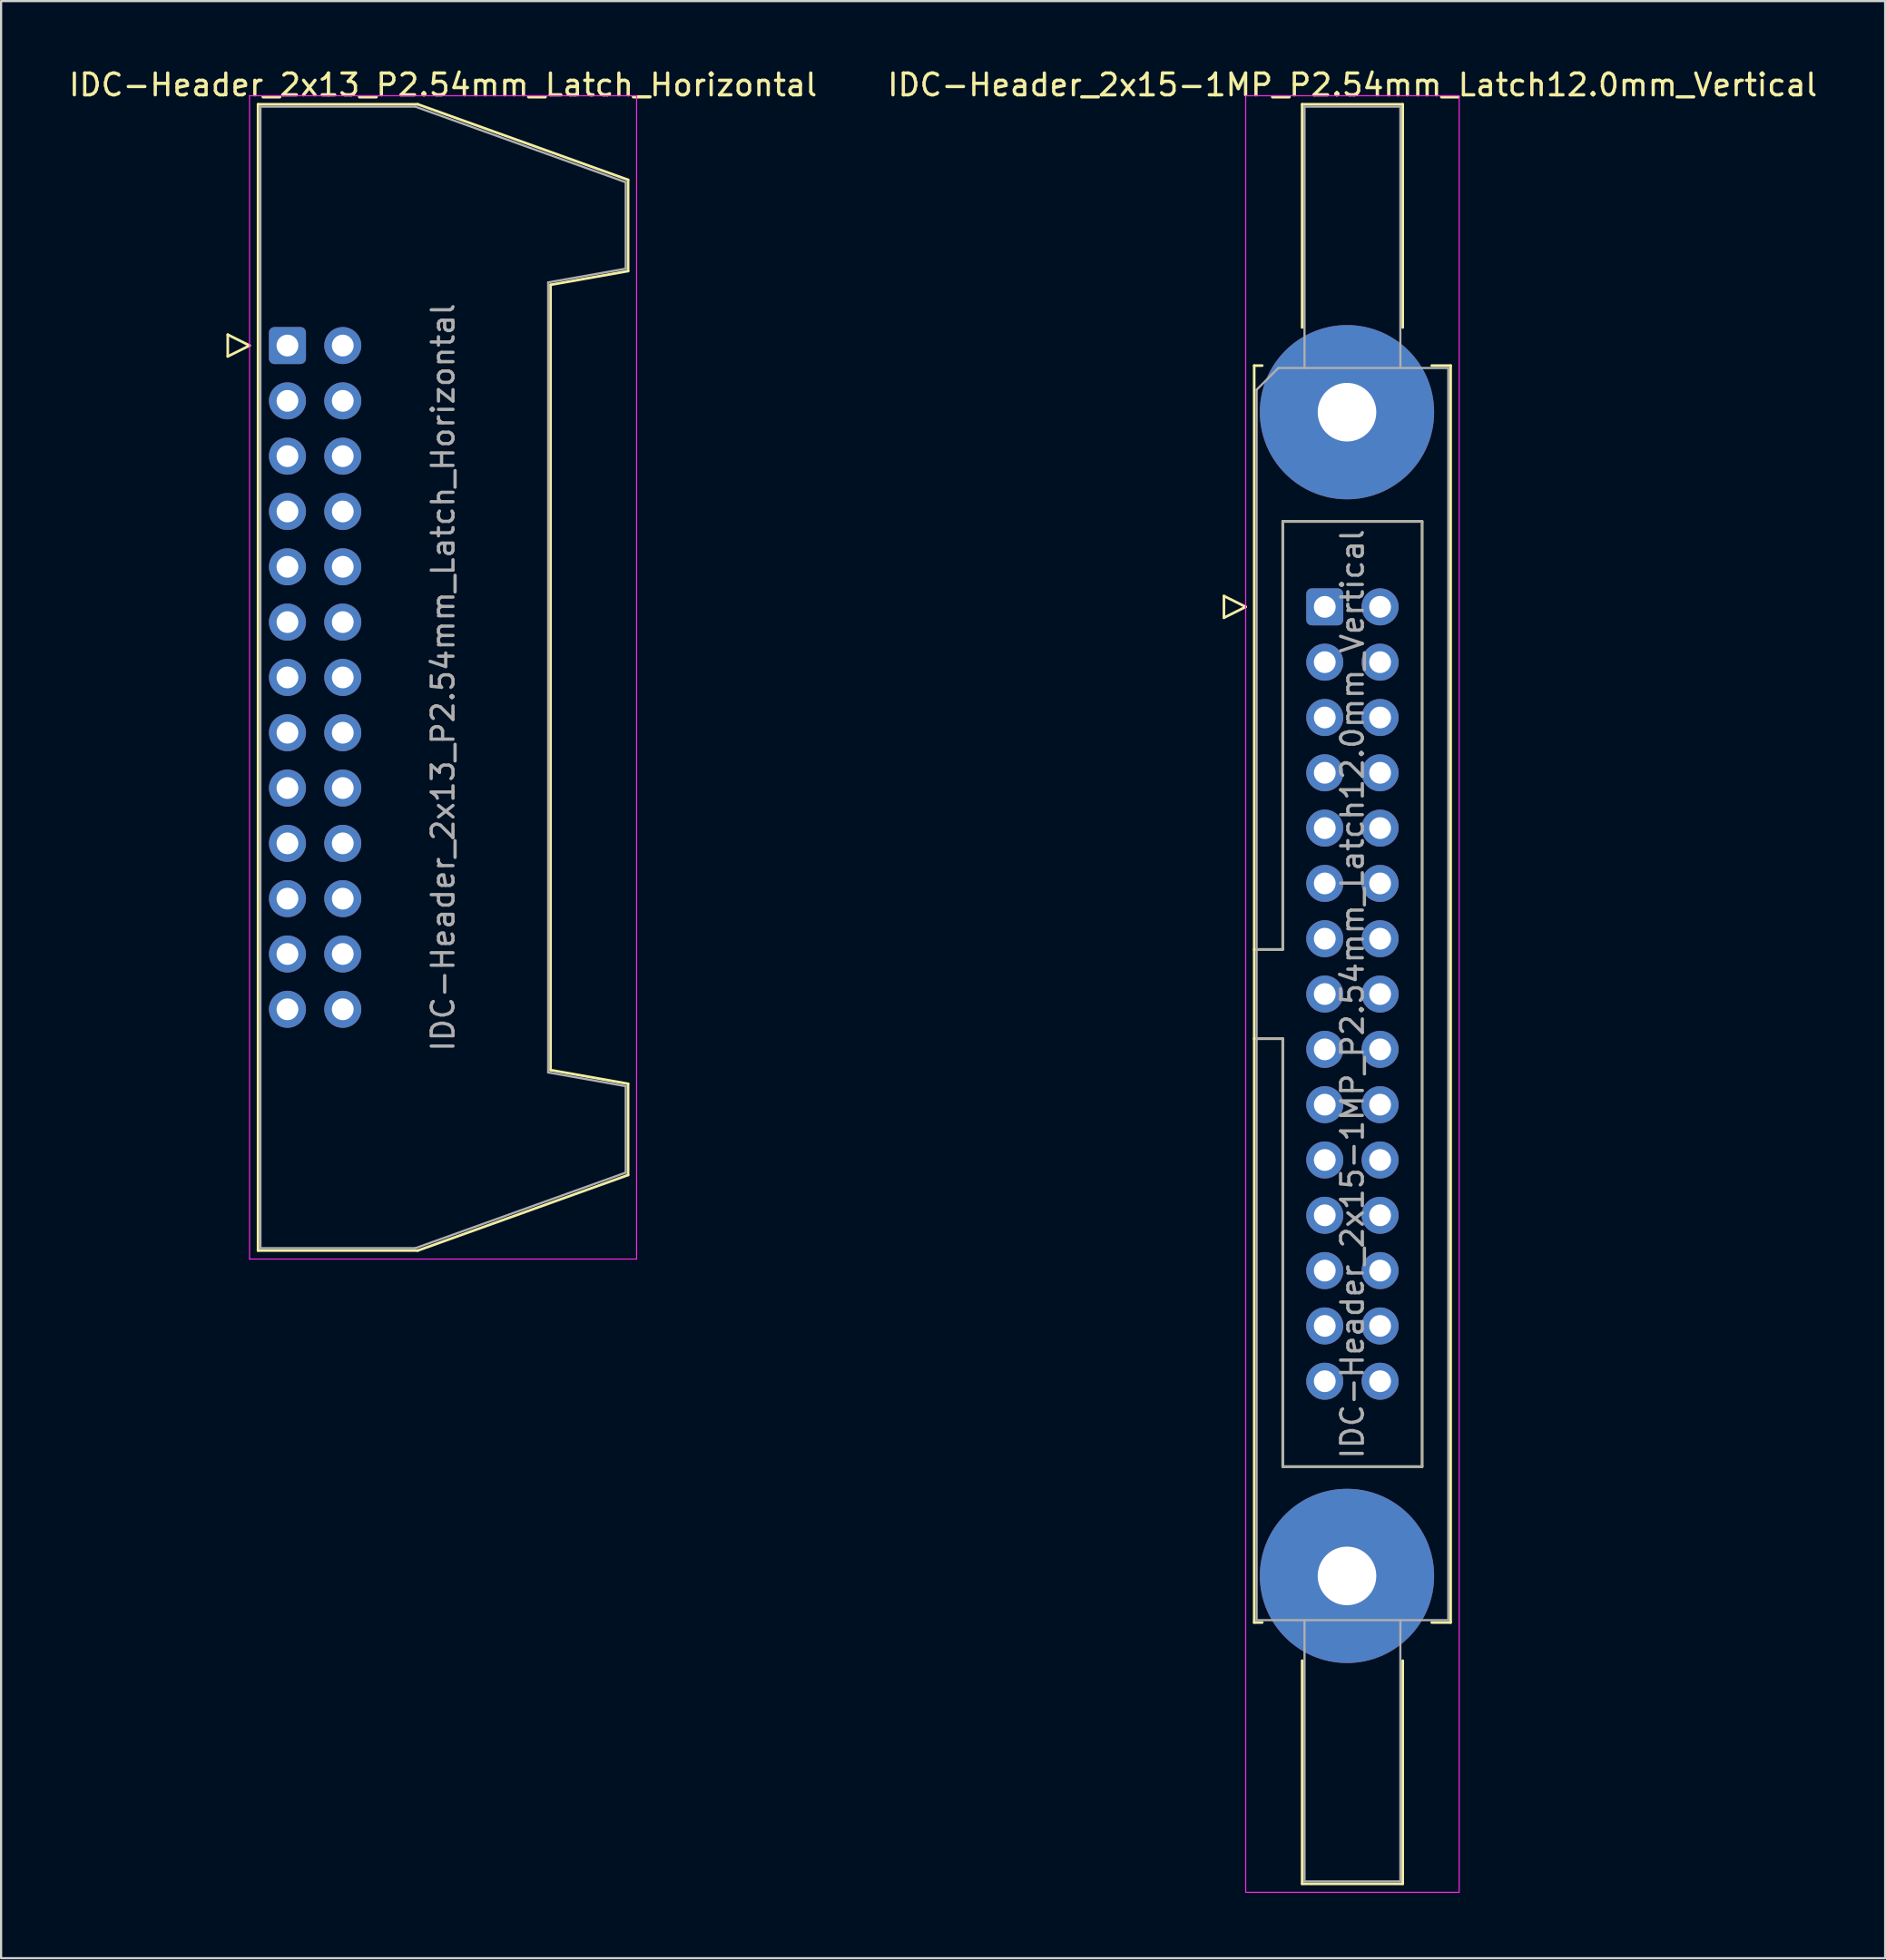
<source format=kicad_pcb>
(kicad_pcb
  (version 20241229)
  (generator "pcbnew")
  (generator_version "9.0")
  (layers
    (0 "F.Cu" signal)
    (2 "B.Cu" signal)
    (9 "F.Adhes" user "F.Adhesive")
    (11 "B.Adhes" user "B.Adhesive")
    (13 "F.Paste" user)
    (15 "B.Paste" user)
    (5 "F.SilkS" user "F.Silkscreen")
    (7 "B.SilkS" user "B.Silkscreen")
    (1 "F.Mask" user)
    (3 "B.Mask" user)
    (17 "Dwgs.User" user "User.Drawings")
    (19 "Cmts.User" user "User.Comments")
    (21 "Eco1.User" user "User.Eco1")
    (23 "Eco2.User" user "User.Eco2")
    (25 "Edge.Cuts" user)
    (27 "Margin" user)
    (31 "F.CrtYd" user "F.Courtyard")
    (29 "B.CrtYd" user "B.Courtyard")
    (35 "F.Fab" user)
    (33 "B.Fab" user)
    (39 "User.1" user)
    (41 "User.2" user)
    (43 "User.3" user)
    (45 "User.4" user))
  (footprint "IDC-Header_2x15-1MP_P2.54mm_Latch12.0mm_Vertical"
    (layer "F.Cu")
    (at 57.772 24.818)
    (property "Reference" "IDC-Header_2x15-1MP_P2.54mm_Latch12.0mm_Vertical" (at 1.27 -23.97 0) (layer "F.SilkS") (effects (font (size 1 1) (thickness 0.15))))
    (attr through_hole)
    (fp_line (start -4.63 -0.5) (end -4.63 0.5) (stroke (width 0.12) (type solid)) (layer "F.SilkS"))
    (fp_line (start -4.63 0.5) (end -3.63 0) (stroke (width 0.12) (type solid)) (layer "F.SilkS"))
    (fp_line (start -3.63 0) (end -4.63 -0.5) (stroke (width 0.12) (type solid)) (layer "F.SilkS"))
    (fp_line (start -3.24 -11.08) (end -3.24 46.64) (stroke (width 0.12) (type solid)) (layer "F.SilkS"))
    (fp_line (start -3.24 15.73) (end -1.93 15.73) (stroke (width 0.12) (type solid)) (layer "F.SilkS"))
    (fp_line (start -3.24 46.64) (end -2.87 46.64) (stroke (width 0.12) (type solid)) (layer "F.SilkS"))
    (fp_line (start -2.87 -11.08) (end -3.24 -11.08) (stroke (width 0.12) (type solid)) (layer "F.SilkS"))
    (fp_line (start -1.93 -3.92) (end 4.47 -3.92) (stroke (width 0.12) (type solid)) (layer "F.SilkS"))
    (fp_line (start -1.93 15.73) (end -1.93 -3.92) (stroke (width 0.12) (type solid)) (layer "F.SilkS"))
    (fp_line (start -1.93 19.83) (end -3.24 19.83) (stroke (width 0.12) (type solid)) (layer "F.SilkS"))
    (fp_line (start -1.93 19.83) (end -1.93 19.83) (stroke (width 0.12) (type solid)) (layer "F.SilkS"))
    (fp_line (start -1.93 39.48) (end -1.93 19.83) (stroke (width 0.12) (type solid)) (layer "F.SilkS"))
    (fp_line (start -1.04 -23.08) (end 3.58 -23.08) (stroke (width 0.12) (type solid)) (layer "F.SilkS"))
    (fp_line (start -1.04 -12.83) (end -1.04 -23.08) (stroke (width 0.12) (type solid)) (layer "F.SilkS"))
    (fp_line (start -1.04 48.39) (end -1.04 58.64) (stroke (width 0.12) (type solid)) (layer "F.SilkS"))
    (fp_line (start -1.04 58.64) (end 3.58 58.64) (stroke (width 0.12) (type solid)) (layer "F.SilkS"))
    (fp_line (start 3.58 -23.08) (end 3.58 -12.83) (stroke (width 0.12) (type solid)) (layer "F.SilkS"))
    (fp_line (start 3.58 58.64) (end 3.58 48.39) (stroke (width 0.12) (type solid)) (layer "F.SilkS"))
    (fp_line (start 4.47 -3.92) (end 4.47 39.48) (stroke (width 0.12) (type solid)) (layer "F.SilkS"))
    (fp_line (start 4.47 39.48) (end -1.93 39.48) (stroke (width 0.12) (type solid)) (layer "F.SilkS"))
    (fp_line (start 4.91 -11.08) (end 5.78 -11.08) (stroke (width 0.12) (type solid)) (layer "F.SilkS"))
    (fp_line (start 5.78 -11.08) (end 5.78 46.64) (stroke (width 0.12) (type solid)) (layer "F.SilkS"))
    (fp_line (start 5.78 46.64) (end 4.91 46.64) (stroke (width 0.12) (type solid)) (layer "F.SilkS"))
    (fp_line (start -3.63 -23.47) (end -3.63 59.03) (stroke (width 0.05) (type solid)) (layer "F.CrtYd"))
    (fp_line (start -3.63 59.03) (end 6.17 59.03) (stroke (width 0.05) (type solid)) (layer "F.CrtYd"))
    (fp_line (start 6.17 -23.47) (end -3.63 -23.47) (stroke (width 0.05) (type solid)) (layer "F.CrtYd"))
    (fp_line (start 6.17 59.03) (end 6.17 -23.47) (stroke (width 0.05) (type solid)) (layer "F.CrtYd"))
    (fp_line (start -3.13 -9.97) (end -2.13 -10.97) (stroke (width 0.1) (type solid)) (layer "F.Fab"))
    (fp_line (start -3.13 15.73) (end -1.93 15.73) (stroke (width 0.1) (type solid)) (layer "F.Fab"))
    (fp_line (start -3.13 46.53) (end -3.13 -9.97) (stroke (width 0.1) (type solid)) (layer "F.Fab"))
    (fp_line (start -2.13 -10.97) (end 5.67 -10.97) (stroke (width 0.1) (type solid)) (layer "F.Fab"))
    (fp_line (start -1.93 -3.92) (end 4.47 -3.92) (stroke (width 0.1) (type solid)) (layer "F.Fab"))
    (fp_line (start -1.93 15.73) (end -1.93 -3.92) (stroke (width 0.1) (type solid)) (layer "F.Fab"))
    (fp_line (start -1.93 19.83) (end -3.13 19.83) (stroke (width 0.1) (type solid)) (layer "F.Fab"))
    (fp_line (start -1.93 19.83) (end -1.93 19.83) (stroke (width 0.1) (type solid)) (layer "F.Fab"))
    (fp_line (start -1.93 39.48) (end -1.93 19.83) (stroke (width 0.1) (type solid)) (layer "F.Fab"))
    (fp_line (start -0.93 -22.97) (end 3.47 -22.97) (stroke (width 0.1) (type solid)) (layer "F.Fab"))
    (fp_line (start -0.93 -10.97) (end -0.93 -22.97) (stroke (width 0.1) (type solid)) (layer "F.Fab"))
    (fp_line (start -0.93 46.53) (end -0.93 58.53) (stroke (width 0.1) (type solid)) (layer "F.Fab"))
    (fp_line (start -0.93 58.53) (end 3.47 58.53) (stroke (width 0.1) (type solid)) (layer "F.Fab"))
    (fp_line (start 3.47 -22.97) (end 3.47 -10.97) (stroke (width 0.1) (type solid)) (layer "F.Fab"))
    (fp_line (start 3.47 58.53) (end 3.47 46.53) (stroke (width 0.1) (type solid)) (layer "F.Fab"))
    (fp_line (start 4.47 -3.92) (end 4.47 39.48) (stroke (width 0.1) (type solid)) (layer "F.Fab"))
    (fp_line (start 4.47 39.48) (end -1.93 39.48) (stroke (width 0.1) (type solid)) (layer "F.Fab"))
    (fp_line (start 5.67 -10.97) (end 5.67 46.53) (stroke (width 0.1) (type solid)) (layer "F.Fab"))
    (fp_line (start 5.67 46.53) (end -3.13 46.53) (stroke (width 0.1) (type solid)) (layer "F.Fab"))
    (fp_text user "${REFERENCE}" (at 1.27 17.78 90) (layer "F.Fab") (effects (font (size 1 1) (thickness 0.15))))
    (pad "1" thru_hole roundrect (at 0 0) (size 1.7 1.7) (drill 1) (layers "*.Cu" "*.Mask") (roundrect_rratio 0.147))
    (pad "2" thru_hole circle (at 2.54 0) (size 1.7 1.7) (drill 1) (layers "*.Cu" "*.Mask"))
    (pad "3" thru_hole circle (at 0 2.54) (size 1.7 1.7) (drill 1) (layers "*.Cu" "*.Mask"))
    (pad "4" thru_hole circle (at 2.54 2.54) (size 1.7 1.7) (drill 1) (layers "*.Cu" "*.Mask"))
    (pad "5" thru_hole circle (at 0 5.08) (size 1.7 1.7) (drill 1) (layers "*.Cu" "*.Mask"))
    (pad "6" thru_hole circle (at 2.54 5.08) (size 1.7 1.7) (drill 1) (layers "*.Cu" "*.Mask"))
    (pad "7" thru_hole circle (at 0 7.62) (size 1.7 1.7) (drill 1) (layers "*.Cu" "*.Mask"))
    (pad "8" thru_hole circle (at 2.54 7.62) (size 1.7 1.7) (drill 1) (layers "*.Cu" "*.Mask"))
    (pad "9" thru_hole circle (at 0 10.16) (size 1.7 1.7) (drill 1) (layers "*.Cu" "*.Mask"))
    (pad "10" thru_hole circle (at 2.54 10.16) (size 1.7 1.7) (drill 1) (layers "*.Cu" "*.Mask"))
    (pad "11" thru_hole circle (at 0 12.7) (size 1.7 1.7) (drill 1) (layers "*.Cu" "*.Mask"))
    (pad "12" thru_hole circle (at 2.54 12.7) (size 1.7 1.7) (drill 1) (layers "*.Cu" "*.Mask"))
    (pad "13" thru_hole circle (at 0 15.24) (size 1.7 1.7) (drill 1) (layers "*.Cu" "*.Mask"))
    (pad "14" thru_hole circle (at 2.54 15.24) (size 1.7 1.7) (drill 1) (layers "*.Cu" "*.Mask"))
    (pad "15" thru_hole circle (at 0 17.78) (size 1.7 1.7) (drill 1) (layers "*.Cu" "*.Mask"))
    (pad "16" thru_hole circle (at 2.54 17.78) (size 1.7 1.7) (drill 1) (layers "*.Cu" "*.Mask"))
    (pad "17" thru_hole circle (at 0 20.32) (size 1.7 1.7) (drill 1) (layers "*.Cu" "*.Mask"))
    (pad "18" thru_hole circle (at 2.54 20.32) (size 1.7 1.7) (drill 1) (layers "*.Cu" "*.Mask"))
    (pad "19" thru_hole circle (at 0 22.86) (size 1.7 1.7) (drill 1) (layers "*.Cu" "*.Mask"))
    (pad "20" thru_hole circle (at 2.54 22.86) (size 1.7 1.7) (drill 1) (layers "*.Cu" "*.Mask"))
    (pad "21" thru_hole circle (at 0 25.4) (size 1.7 1.7) (drill 1) (layers "*.Cu" "*.Mask"))
    (pad "22" thru_hole circle (at 2.54 25.4) (size 1.7 1.7) (drill 1) (layers "*.Cu" "*.Mask"))
    (pad "23" thru_hole circle (at 0 27.94) (size 1.7 1.7) (drill 1) (layers "*.Cu" "*.Mask"))
    (pad "24" thru_hole circle (at 2.54 27.94) (size 1.7 1.7) (drill 1) (layers "*.Cu" "*.Mask"))
    (pad "25" thru_hole circle (at 0 30.48) (size 1.7 1.7) (drill 1) (layers "*.Cu" "*.Mask"))
    (pad "26" thru_hole circle (at 2.54 30.48) (size 1.7 1.7) (drill 1) (layers "*.Cu" "*.Mask"))
    (pad "27" thru_hole circle (at 0 33.02) (size 1.7 1.7) (drill 1) (layers "*.Cu" "*.Mask"))
    (pad "28" thru_hole circle (at 2.54 33.02) (size 1.7 1.7) (drill 1) (layers "*.Cu" "*.Mask"))
    (pad "29" thru_hole circle (at 0 35.56) (size 1.7 1.7) (drill 1) (layers "*.Cu" "*.Mask"))
    (pad "30" thru_hole circle (at 2.54 35.56) (size 1.7 1.7) (drill 1) (layers "*.Cu" "*.Mask"))
    (pad "MP" thru_hole circle (at 1.02 -8.94) (size 8 8) (drill 2.69) (layers "*.Cu" "*.Mask"))
    (pad "MP" thru_hole circle (at 1.02 44.5) (size 8 8) (drill 2.69) (layers "*.Cu" "*.Mask")))
  (footprint "IDC-Header_2x13_P2.54mm_Latch_Horizontal"
    (layer "F.Cu")
    (at 10.147 12.818)
    (property "Reference" "IDC-Header_2x13_P2.54mm_Latch_Horizontal" (at 7.145 -11.97 0) (layer "F.SilkS") (effects (font (size 1 1) (thickness 0.15))))
    (attr through_hole)
    (fp_line (start -2.74 -0.5) (end -2.74 0.5) (stroke (width 0.12) (type solid)) (layer "F.SilkS"))
    (fp_line (start -2.74 0.5) (end -1.74 0) (stroke (width 0.12) (type solid)) (layer "F.SilkS"))
    (fp_line (start -1.74 0) (end -2.74 -0.5) (stroke (width 0.12) (type solid)) (layer "F.SilkS"))
    (fp_line (start -1.35 -11.08) (end 5.98 -11.08) (stroke (width 0.12) (type solid)) (layer "F.SilkS"))
    (fp_line (start -1.35 41.56) (end -1.35 -11.08) (stroke (width 0.12) (type solid)) (layer "F.SilkS"))
    (fp_line (start 5.98 -11.08) (end 15.64 -7.61) (stroke (width 0.12) (type solid)) (layer "F.SilkS"))
    (fp_line (start 5.98 41.56) (end -1.35 41.56) (stroke (width 0.12) (type solid)) (layer "F.SilkS"))
    (fp_line (start 12.08 -2.79) (end 12.08 33.27) (stroke (width 0.12) (type solid)) (layer "F.SilkS"))
    (fp_line (start 12.08 33.27) (end 15.64 33.9) (stroke (width 0.12) (type solid)) (layer "F.SilkS"))
    (fp_line (start 15.64 -7.61) (end 15.64 -3.42) (stroke (width 0.12) (type solid)) (layer "F.SilkS"))
    (fp_line (start 15.64 -3.42) (end 12.08 -2.79) (stroke (width 0.12) (type solid)) (layer "F.SilkS"))
    (fp_line (start 15.64 33.9) (end 15.64 38.09) (stroke (width 0.12) (type solid)) (layer "F.SilkS"))
    (fp_line (start 15.64 38.09) (end 5.98 41.56) (stroke (width 0.12) (type solid)) (layer "F.SilkS"))
    (fp_line (start -1.74 -11.47) (end -1.74 41.95) (stroke (width 0.05) (type solid)) (layer "F.CrtYd"))
    (fp_line (start -1.74 41.95) (end 16.03 41.95) (stroke (width 0.05) (type solid)) (layer "F.CrtYd"))
    (fp_line (start 16.03 -11.47) (end -1.74 -11.47) (stroke (width 0.05) (type solid)) (layer "F.CrtYd"))
    (fp_line (start 16.03 41.95) (end 16.03 -11.47) (stroke (width 0.05) (type solid)) (layer "F.CrtYd"))
    (fp_line (start -1.24 -10.97) (end 5.87 -10.97) (stroke (width 0.1) (type solid)) (layer "F.Fab"))
    (fp_line (start -1.24 41.45) (end -1.24 -10.97) (stroke (width 0.1) (type solid)) (layer "F.Fab"))
    (fp_line (start 5.87 -10.97) (end 15.53 -7.5) (stroke (width 0.1) (type solid)) (layer "F.Fab"))
    (fp_line (start 5.87 41.45) (end -1.24 41.45) (stroke (width 0.1) (type solid)) (layer "F.Fab"))
    (fp_line (start 11.97 -2.9) (end 11.97 33.38) (stroke (width 0.1) (type solid)) (layer "F.Fab"))
    (fp_line (start 11.97 33.38) (end 15.53 34.01) (stroke (width 0.1) (type solid)) (layer "F.Fab"))
    (fp_line (start 15.53 -7.5) (end 15.53 -3.53) (stroke (width 0.1) (type solid)) (layer "F.Fab"))
    (fp_line (start 15.53 -3.53) (end 11.97 -2.9) (stroke (width 0.1) (type solid)) (layer "F.Fab"))
    (fp_line (start 15.53 34.01) (end 15.53 37.98) (stroke (width 0.1) (type solid)) (layer "F.Fab"))
    (fp_line (start 15.53 37.98) (end 5.87 41.45) (stroke (width 0.1) (type solid)) (layer "F.Fab"))
    (fp_text user "${REFERENCE}" (at 7.145 15.24 90) (layer "F.Fab") (effects (font (size 1 1) (thickness 0.15))))
    (pad "1" thru_hole roundrect (at 0 0) (size 1.7 1.7) (drill 1) (layers "*.Cu" "*.Mask") (roundrect_rratio 0.147))
    (pad "2" thru_hole circle (at 2.54 0) (size 1.7 1.7) (drill 1) (layers "*.Cu" "*.Mask"))
    (pad "3" thru_hole circle (at 0 2.54) (size 1.7 1.7) (drill 1) (layers "*.Cu" "*.Mask"))
    (pad "4" thru_hole circle (at 2.54 2.54) (size 1.7 1.7) (drill 1) (layers "*.Cu" "*.Mask"))
    (pad "5" thru_hole circle (at 0 5.08) (size 1.7 1.7) (drill 1) (layers "*.Cu" "*.Mask"))
    (pad "6" thru_hole circle (at 2.54 5.08) (size 1.7 1.7) (drill 1) (layers "*.Cu" "*.Mask"))
    (pad "7" thru_hole circle (at 0 7.62) (size 1.7 1.7) (drill 1) (layers "*.Cu" "*.Mask"))
    (pad "8" thru_hole circle (at 2.54 7.62) (size 1.7 1.7) (drill 1) (layers "*.Cu" "*.Mask"))
    (pad "9" thru_hole circle (at 0 10.16) (size 1.7 1.7) (drill 1) (layers "*.Cu" "*.Mask"))
    (pad "10" thru_hole circle (at 2.54 10.16) (size 1.7 1.7) (drill 1) (layers "*.Cu" "*.Mask"))
    (pad "11" thru_hole circle (at 0 12.7) (size 1.7 1.7) (drill 1) (layers "*.Cu" "*.Mask"))
    (pad "12" thru_hole circle (at 2.54 12.7) (size 1.7 1.7) (drill 1) (layers "*.Cu" "*.Mask"))
    (pad "13" thru_hole circle (at 0 15.24) (size 1.7 1.7) (drill 1) (layers "*.Cu" "*.Mask"))
    (pad "14" thru_hole circle (at 2.54 15.24) (size 1.7 1.7) (drill 1) (layers "*.Cu" "*.Mask"))
    (pad "15" thru_hole circle (at 0 17.78) (size 1.7 1.7) (drill 1) (layers "*.Cu" "*.Mask"))
    (pad "16" thru_hole circle (at 2.54 17.78) (size 1.7 1.7) (drill 1) (layers "*.Cu" "*.Mask"))
    (pad "17" thru_hole circle (at 0 20.32) (size 1.7 1.7) (drill 1) (layers "*.Cu" "*.Mask"))
    (pad "18" thru_hole circle (at 2.54 20.32) (size 1.7 1.7) (drill 1) (layers "*.Cu" "*.Mask"))
    (pad "19" thru_hole circle (at 0 22.86) (size 1.7 1.7) (drill 1) (layers "*.Cu" "*.Mask"))
    (pad "20" thru_hole circle (at 2.54 22.86) (size 1.7 1.7) (drill 1) (layers "*.Cu" "*.Mask"))
    (pad "21" thru_hole circle (at 0 25.4) (size 1.7 1.7) (drill 1) (layers "*.Cu" "*.Mask"))
    (pad "22" thru_hole circle (at 2.54 25.4) (size 1.7 1.7) (drill 1) (layers "*.Cu" "*.Mask"))
    (pad "23" thru_hole circle (at 0 27.94) (size 1.7 1.7) (drill 1) (layers "*.Cu" "*.Mask"))
    (pad "24" thru_hole circle (at 2.54 27.94) (size 1.7 1.7) (drill 1) (layers "*.Cu" "*.Mask"))
    (pad "25" thru_hole circle (at 0 30.48) (size 1.7 1.7) (drill 1) (layers "*.Cu" "*.Mask"))
    (pad "26" thru_hole circle (at 2.54 30.48) (size 1.7 1.7) (drill 1) (layers "*.Cu" "*.Mask")))
  (gr_rect
    (start -3 -3)
    (end 83.5 86.873)
    (stroke (width 0.1) (type default))
    (fill no)
    (layer "Edge.Cuts")))
</source>
